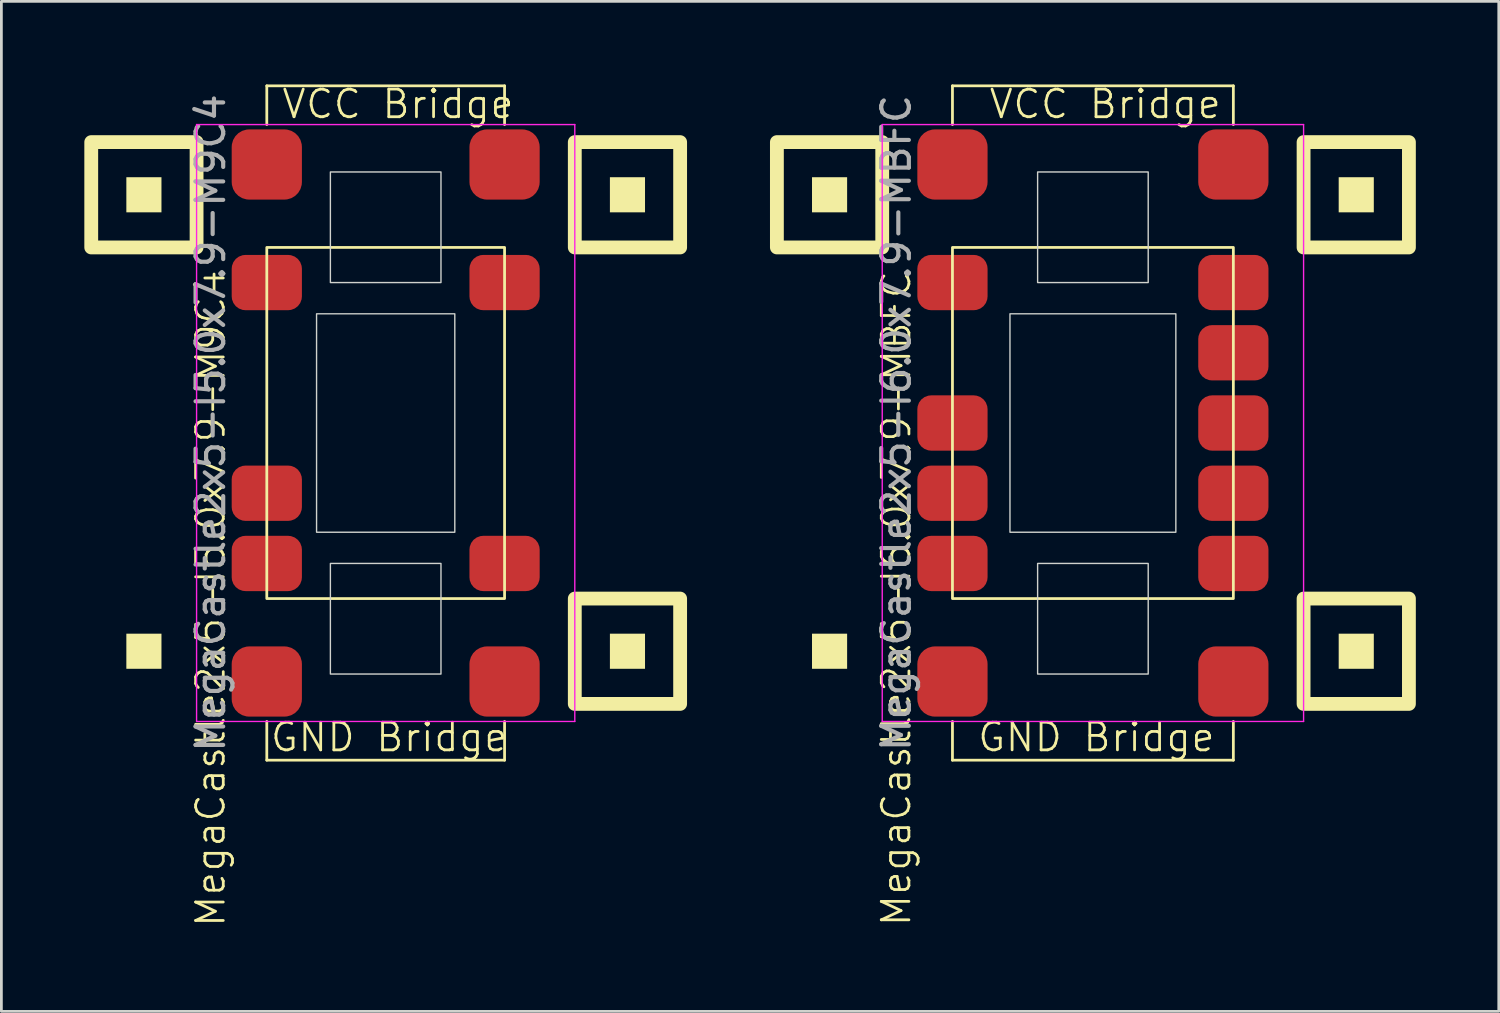
<source format=kicad_pcb>
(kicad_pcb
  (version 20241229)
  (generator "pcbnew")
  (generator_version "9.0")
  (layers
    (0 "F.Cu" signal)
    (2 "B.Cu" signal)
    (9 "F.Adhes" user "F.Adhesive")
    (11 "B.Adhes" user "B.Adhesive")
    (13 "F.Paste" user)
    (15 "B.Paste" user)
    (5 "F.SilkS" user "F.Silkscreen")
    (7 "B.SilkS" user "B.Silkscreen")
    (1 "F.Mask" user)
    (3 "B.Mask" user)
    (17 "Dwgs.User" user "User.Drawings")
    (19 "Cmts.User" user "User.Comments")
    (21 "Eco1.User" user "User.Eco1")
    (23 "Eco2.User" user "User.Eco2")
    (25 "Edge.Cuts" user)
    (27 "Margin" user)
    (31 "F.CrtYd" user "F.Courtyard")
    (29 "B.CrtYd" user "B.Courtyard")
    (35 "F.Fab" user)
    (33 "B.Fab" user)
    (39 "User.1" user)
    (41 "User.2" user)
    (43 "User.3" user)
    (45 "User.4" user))
  (footprint "MegaCastle2x5-I5.0x7.9-M9C4"
    (layer "F.Cu")
    (at 10.9 12.25)
    (property "Reference" "MegaCastle2x5-I5.0x7.9-M9C4" (at -6.332 6.35 90) (unlocked yes) (layer "F.SilkS") (effects (font (size 1 1) (thickness 0.1))))
    (attr smd)
    (fp_line (start -4.3 -12.195) (end 4.3 -12.195) (stroke (width 0.1) (type default)) (layer "F.SilkS"))
    (fp_line (start -4.3 -10.795) (end -4.3 -12.195) (stroke (width 0.1) (type default)) (layer "F.SilkS"))
    (fp_line (start -4.3 10.795) (end -4.3 12.195) (stroke (width 0.1) (type default)) (layer "F.SilkS"))
    (fp_line (start -4.3 12.195) (end 4.3 12.195) (stroke (width 0.1) (type default)) (layer "F.SilkS"))
    (fp_line (start 4.3 -10.795) (end 4.3 -12.195) (stroke (width 0.1) (type default)) (layer "F.SilkS"))
    (fp_line (start 4.3 10.795) (end 4.3 12.195) (stroke (width 0.1) (type default)) (layer "F.SilkS"))
    (fp_rect (start -8.11 -7.62) (end -9.38 -8.89) (stroke (width 0) (type solid)) (fill yes) (layer "F.SilkS"))
    (fp_rect (start -8.11 8.89) (end -9.38 7.62) (stroke (width 0) (type solid)) (fill yes) (layer "F.SilkS"))
    (fp_rect (start -6.84 -6.35) (end -10.65 -10.16) (stroke (width 0.5) (type default)) (fill no) (layer "F.SilkS"))
    (fp_rect (start -4.3 -6.35) (end 4.3 6.35) (stroke (width 0.1) (type default)) (fill no) (layer "F.SilkS"))
    (fp_rect (start 9.38 -7.62) (end 8.11 -8.89) (stroke (width 0) (type solid)) (fill yes) (layer "F.SilkS"))
    (fp_rect (start 9.38 8.89) (end 8.11 7.62) (stroke (width 0) (type solid)) (fill yes) (layer "F.SilkS"))
    (fp_rect (start 10.65 -6.35) (end 6.84 -10.16) (stroke (width 0.5) (type default)) (fill no) (layer "F.SilkS"))
    (fp_rect (start 10.65 10.16) (end 6.84 6.35) (stroke (width 0.5) (type default)) (fill no) (layer "F.SilkS"))
    (fp_rect (start -2.5 -3.95) (end 2.5 3.95) (stroke (width 0.05) (type default)) (fill no) (layer "Edge.Cuts"))
    (fp_rect (start -2 -5.08) (end 2 -9.08) (stroke (width 0.05) (type default)) (fill no) (layer "Edge.Cuts"))
    (fp_rect (start -2 5.08) (end 2 9.08) (stroke (width 0.05) (type default)) (fill no) (layer "Edge.Cuts"))
    (fp_line (start -6.84 -10.795) (end -6.84 10.795) (stroke (width 0.05) (type default)) (layer "F.CrtYd"))
    (fp_line (start -6.84 10.795) (end 6.84 10.795) (stroke (width 0.05) (type default)) (layer "F.CrtYd"))
    (fp_line (start 6.84 -10.795) (end -6.84 -10.795) (stroke (width 0.05) (type default)) (layer "F.CrtYd"))
    (fp_line (start 6.84 -10.795) (end 6.84 10.795) (stroke (width 0.05) (type default)) (layer "F.CrtYd"))
    (fp_text user "VCC Bridge" (at -3.81 -10.95 0) (unlocked yes) (layer "F.SilkS") (effects (font (size 1 1) (thickness 0.1)) (justify left bottom)))
    (fp_text user "GND Bridge" (at -4.226 11.95 0) (unlocked yes) (layer "F.SilkS") (effects (font (size 1 1) (thickness 0.1)) (justify left bottom)))
    (fp_text user "${REFERENCE}" (at -6.332 0 90) (unlocked yes) (layer "F.Fab") (effects (font (size 1 1) (thickness 0.15))))
    (pad "1" smd roundrect (at -4.3 -5.08) (size 2.54 2) (layers "F.Cu" "F.Mask" "F.Paste") (roundrect_rratio 0.25))
    (pad "4" smd roundrect (at -4.3 2.54) (size 2.54 2) (layers "F.Cu" "F.Mask" "F.Paste") (roundrect_rratio 0.25))
    (pad "5" smd roundrect (at -4.3 5.08) (size 2.54 2) (layers "F.Cu" "F.Mask" "F.Paste") (roundrect_rratio 0.25))
    (pad "6" smd roundrect (at 4.3 -5.08) (size 2.54 2) (layers "F.Cu" "F.Mask" "F.Paste") (roundrect_rratio 0.25))
    (pad "10" smd roundrect (at 4.3 5.08) (size 2.54 2) (layers "F.Cu" "F.Mask" "F.Paste") (roundrect_rratio 0.25))
    (pad "A1" smd roundrect (at -4.3 -9.35) (size 2.54 2.54) (layers "F.Cu" "F.Mask" "F.Paste") (roundrect_rratio 0.25))
    (pad "A2" smd roundrect (at 4.3 -9.35) (size 2.54 2.54) (layers "F.Cu" "F.Mask" "F.Paste") (roundrect_rratio 0.25))
    (pad "B1" smd roundrect (at -4.3 9.35) (size 2.54 2.54) (layers "F.Cu" "F.Mask" "F.Paste") (roundrect_rratio 0.25))
    (pad "B2" smd roundrect (at 4.3 9.35) (size 2.54 2.54) (layers "F.Cu" "F.Mask" "F.Paste") (roundrect_rratio 0.25)))
  (footprint "MegaCastle2x5-I6.0x7.9-MBFC"
    (layer "F.Cu")
    (at 36.48 12.25)
    (property "Reference" "MegaCastle2x5-I6.0x7.9-MBFC" (at -7.112 6.35 90) (unlocked yes) (layer "F.SilkS") (effects (font (size 1 1) (thickness 0.1))))
    (attr smd)
    (fp_line (start -5.08 -12.195) (end 5.08 -12.195) (stroke (width 0.1) (type default)) (layer "F.SilkS"))
    (fp_line (start -5.08 -10.795) (end -5.08 -12.195) (stroke (width 0.1) (type default)) (layer "F.SilkS"))
    (fp_line (start -5.08 10.795) (end -5.08 12.195) (stroke (width 0.1) (type default)) (layer "F.SilkS"))
    (fp_line (start -5.08 12.195) (end 5.08 12.195) (stroke (width 0.1) (type default)) (layer "F.SilkS"))
    (fp_line (start 5.08 -10.795) (end 5.08 -12.195) (stroke (width 0.1) (type default)) (layer "F.SilkS"))
    (fp_line (start 5.08 10.795) (end 5.08 12.195) (stroke (width 0.1) (type default)) (layer "F.SilkS"))
    (fp_rect (start -8.89 -7.62) (end -10.16 -8.89) (stroke (width 0) (type solid)) (fill yes) (layer "F.SilkS"))
    (fp_rect (start -8.89 8.89) (end -10.16 7.62) (stroke (width 0) (type solid)) (fill yes) (layer "F.SilkS"))
    (fp_rect (start -7.62 -6.35) (end -11.43 -10.16) (stroke (width 0.5) (type default)) (fill no) (layer "F.SilkS"))
    (fp_rect (start -5.08 -6.35) (end 5.08 6.35) (stroke (width 0.1) (type default)) (fill no) (layer "F.SilkS"))
    (fp_rect (start 10.16 -7.62) (end 8.89 -8.89) (stroke (width 0) (type solid)) (fill yes) (layer "F.SilkS"))
    (fp_rect (start 10.16 8.89) (end 8.89 7.62) (stroke (width 0) (type solid)) (fill yes) (layer "F.SilkS"))
    (fp_rect (start 11.43 -6.35) (end 7.62 -10.16) (stroke (width 0.5) (type default)) (fill no) (layer "F.SilkS"))
    (fp_rect (start 11.43 10.16) (end 7.62 6.35) (stroke (width 0.5) (type default)) (fill no) (layer "F.SilkS"))
    (fp_rect (start -3 -3.95) (end 3 3.95) (stroke (width 0.05) (type default)) (fill no) (layer "Edge.Cuts"))
    (fp_rect (start -2 -5.08) (end 2 -9.08) (stroke (width 0.05) (type default)) (fill no) (layer "Edge.Cuts"))
    (fp_rect (start -2 5.08) (end 2 9.08) (stroke (width 0.05) (type default)) (fill no) (layer "Edge.Cuts"))
    (fp_line (start -7.62 -10.795) (end -7.62 10.795) (stroke (width 0.05) (type default)) (layer "F.CrtYd"))
    (fp_line (start -7.62 10.795) (end 7.62 10.795) (stroke (width 0.05) (type default)) (layer "F.CrtYd"))
    (fp_line (start 7.62 -10.795) (end -7.62 -10.795) (stroke (width 0.05) (type default)) (layer "F.CrtYd"))
    (fp_line (start 7.62 -10.795) (end 7.62 10.795) (stroke (width 0.05) (type default)) (layer "F.CrtYd"))
    (fp_text user "VCC Bridge" (at -3.81 -10.95 0) (unlocked yes) (layer "F.SilkS") (effects (font (size 1 1) (thickness 0.1)) (justify left bottom)))
    (fp_text user "GND Bridge" (at -4.226 11.95 0) (unlocked yes) (layer "F.SilkS") (effects (font (size 1 1) (thickness 0.1)) (justify left bottom)))
    (fp_text user "${REFERENCE}" (at -7.112 0 90) (unlocked yes) (layer "F.Fab") (effects (font (size 1 1) (thickness 0.15))))
    (pad "1" smd roundrect (at -5.08 -5.08) (size 2.54 2) (layers "F.Cu" "F.Mask" "F.Paste") (roundrect_rratio 0.25))
    (pad "3" smd roundrect (at -5.08 0) (size 2.54 2) (layers "F.Cu" "F.Mask" "F.Paste") (roundrect_rratio 0.25))
    (pad "4" smd roundrect (at -5.08 2.54) (size 2.54 2) (layers "F.Cu" "F.Mask" "F.Paste") (roundrect_rratio 0.25))
    (pad "5" smd roundrect (at -5.08 5.08) (size 2.54 2) (layers "F.Cu" "F.Mask" "F.Paste") (roundrect_rratio 0.25))
    (pad "6" smd roundrect (at 5.08 -5.08) (size 2.54 2) (layers "F.Cu" "F.Mask" "F.Paste") (roundrect_rratio 0.25))
    (pad "7" smd roundrect (at 5.08 -2.54) (size 2.54 2) (layers "F.Cu" "F.Mask" "F.Paste") (roundrect_rratio 0.25))
    (pad "8" smd roundrect (at 5.08 0) (size 2.54 2) (layers "F.Cu" "F.Mask" "F.Paste") (roundrect_rratio 0.25))
    (pad "9" smd roundrect (at 5.08 2.54) (size 2.54 2) (layers "F.Cu" "F.Mask" "F.Paste") (roundrect_rratio 0.25))
    (pad "10" smd roundrect (at 5.08 5.08) (size 2.54 2) (layers "F.Cu" "F.Mask" "F.Paste") (roundrect_rratio 0.25))
    (pad "A1" smd roundrect (at -5.08 -9.35) (size 2.54 2.54) (layers "F.Cu" "F.Mask" "F.Paste") (roundrect_rratio 0.25))
    (pad "A2" smd roundrect (at 5.08 -9.35) (size 2.54 2.54) (layers "F.Cu" "F.Mask" "F.Paste") (roundrect_rratio 0.25))
    (pad "B1" smd roundrect (at -5.08 9.35) (size 2.54 2.54) (layers "F.Cu" "F.Mask" "F.Paste") (roundrect_rratio 0.25))
    (pad "B2" smd roundrect (at 5.08 9.35) (size 2.54 2.54) (layers "F.Cu" "F.Mask" "F.Paste") (roundrect_rratio 0.25)))
  (gr_rect
    (start -3 -3)
    (end 51.16 33.531)
    (stroke (width 0.1) (type default))
    (fill no)
    (layer "Edge.Cuts")))
</source>
